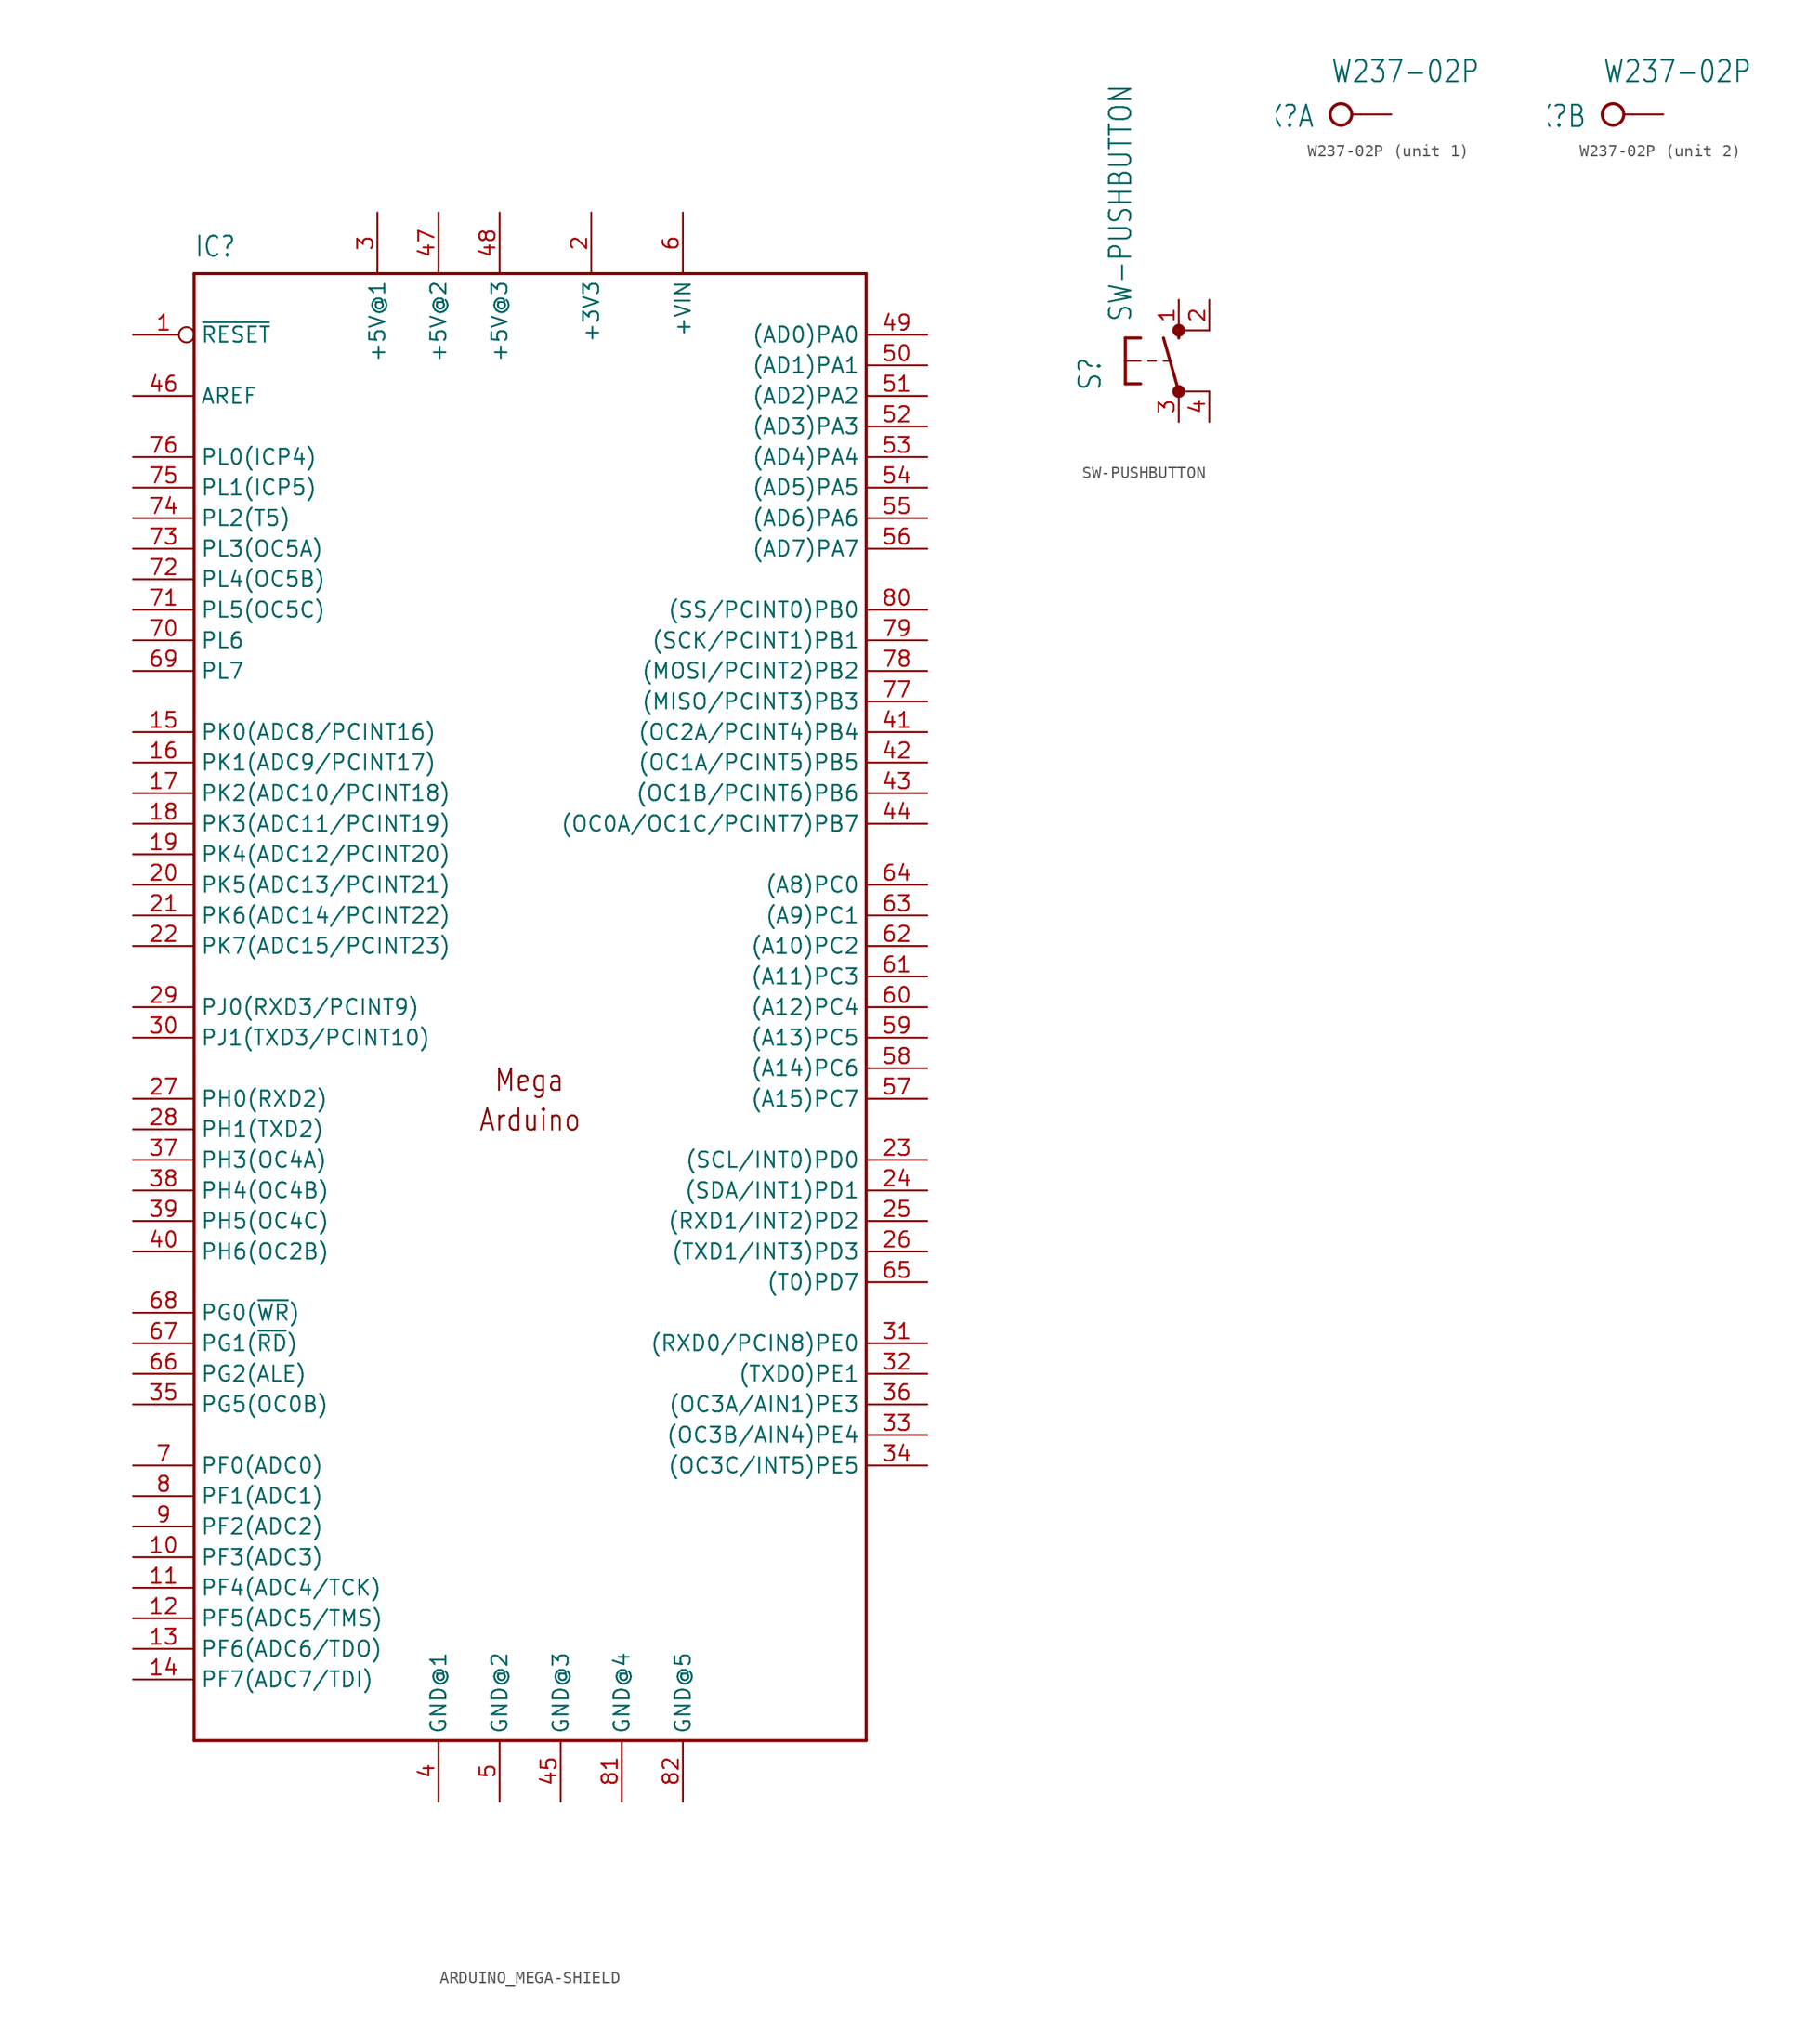
<source format=kicad_sym>
(kicad_symbol_lib
  (version 20220331)
  (generator kicad_symbol_editor)
  (symbol "ARDUINO_MEGA-SHIELD"
    (property "Reference" "IC"
      (at -27.94 69.85 0)
      (effects (font (size 1.676 1.425)) (justify left bottom)))
    (property "ki_locked" ""
      (at 0 0 0)
      (effects (font (size 1.27 1.27))))
    (symbol "ARDUINO_MEGA-SHIELD_1_0"
      (polyline (pts (xy -27.94 -53.34) (xy -27.94 68.58)) (stroke (width 0.254) (type solid)) (fill (type none)))
      (polyline (pts (xy -27.94 68.58) (xy 27.94 68.58)) (stroke (width 0.254) (type solid)) (fill (type none)))
      (polyline (pts (xy 27.94 -53.34) (xy -27.94 -53.34)) (stroke (width 0.254) (type solid)) (fill (type none)))
      (polyline (pts (xy 27.94 68.58) (xy 27.94 -53.34)) (stroke (width 0.254) (type solid)) (fill (type none)))
      (text "Arduino" (at -4.318 -2.794 0) (effects (font (size 1.778 1.511)) (justify left bottom)))
      (text "Mega" (at -3.048 0.508 0) (effects (font (size 1.778 1.511)) (justify left bottom)))
      (pin bidirectional inverted (at -33.02 63.5 0) (length 5.08) (name "~{RESET}" (effects (font (size 1.27 1.27)))) (number "1" (effects (font (size 1.27 1.27)))))
      (pin bidirectional line (at -33.02 -38.1 0) (length 5.08) (name "PF3(ADC3)" (effects (font (size 1.27 1.27)))) (number "10" (effects (font (size 1.27 1.27)))))
      (pin bidirectional line (at -33.02 -40.64 0) (length 5.08) (name "PF4(ADC4/TCK)" (effects (font (size 1.27 1.27)))) (number "11" (effects (font (size 1.27 1.27)))))
      (pin bidirectional line (at -33.02 -43.18 0) (length 5.08) (name "PF5(ADC5/TMS)" (effects (font (size 1.27 1.27)))) (number "12" (effects (font (size 1.27 1.27)))))
      (pin bidirectional line (at -33.02 -45.72 0) (length 5.08) (name "PF6(ADC6/TDO)" (effects (font (size 1.27 1.27)))) (number "13" (effects (font (size 1.27 1.27)))))
      (pin bidirectional line (at -33.02 -48.26 0) (length 5.08) (name "PF7(ADC7/TDI)" (effects (font (size 1.27 1.27)))) (number "14" (effects (font (size 1.27 1.27)))))
      (pin bidirectional line (at -33.02 30.48 0) (length 5.08) (name "PK0(ADC8/PCINT16)" (effects (font (size 1.27 1.27)))) (number "15" (effects (font (size 1.27 1.27)))))
      (pin bidirectional line (at -33.02 27.94 0) (length 5.08) (name "PK1(ADC9/PCINT17)" (effects (font (size 1.27 1.27)))) (number "16" (effects (font (size 1.27 1.27)))))
      (pin bidirectional line (at -33.02 25.4 0) (length 5.08) (name "PK2(ADC10/PCINT18)" (effects (font (size 1.27 1.27)))) (number "17" (effects (font (size 1.27 1.27)))))
      (pin bidirectional line (at -33.02 22.86 0) (length 5.08) (name "PK3(ADC11/PCINT19)" (effects (font (size 1.27 1.27)))) (number "18" (effects (font (size 1.27 1.27)))))
      (pin bidirectional line (at -33.02 20.32 0) (length 5.08) (name "PK4(ADC12/PCINT20)" (effects (font (size 1.27 1.27)))) (number "19" (effects (font (size 1.27 1.27)))))
      (pin power_in line (at 5.08 73.66 270) (length 5.08) (name "+3V3" (effects (font (size 1.27 1.27)))) (number "2" (effects (font (size 1.27 1.27)))))
      (pin bidirectional line (at -33.02 17.78 0) (length 5.08) (name "PK5(ADC13/PCINT21)" (effects (font (size 1.27 1.27)))) (number "20" (effects (font (size 1.27 1.27)))))
      (pin bidirectional line (at -33.02 15.24 0) (length 5.08) (name "PK6(ADC14/PCINT22)" (effects (font (size 1.27 1.27)))) (number "21" (effects (font (size 1.27 1.27)))))
      (pin bidirectional line (at -33.02 12.7 0) (length 5.08) (name "PK7(ADC15/PCINT23)" (effects (font (size 1.27 1.27)))) (number "22" (effects (font (size 1.27 1.27)))))
      (pin bidirectional line (at 33.02 -5.08 180) (length 5.08) (name "(SCL/INT0)PD0" (effects (font (size 1.27 1.27)))) (number "23" (effects (font (size 1.27 1.27)))))
      (pin bidirectional line (at 33.02 -7.62 180) (length 5.08) (name "(SDA/INT1)PD1" (effects (font (size 1.27 1.27)))) (number "24" (effects (font (size 1.27 1.27)))))
      (pin bidirectional line (at 33.02 -10.16 180) (length 5.08) (name "(RXD1/INT2)PD2" (effects (font (size 1.27 1.27)))) (number "25" (effects (font (size 1.27 1.27)))))
      (pin bidirectional line (at 33.02 -12.7 180) (length 5.08) (name "(TXD1/INT3)PD3" (effects (font (size 1.27 1.27)))) (number "26" (effects (font (size 1.27 1.27)))))
      (pin bidirectional line (at -33.02 0 0) (length 5.08) (name "PH0(RXD2)" (effects (font (size 1.27 1.27)))) (number "27" (effects (font (size 1.27 1.27)))))
      (pin bidirectional line (at -33.02 -2.54 0) (length 5.08) (name "PH1(TXD2)" (effects (font (size 1.27 1.27)))) (number "28" (effects (font (size 1.27 1.27)))))
      (pin bidirectional line (at -33.02 7.62 0) (length 5.08) (name "PJ0(RXD3/PCINT9)" (effects (font (size 1.27 1.27)))) (number "29" (effects (font (size 1.27 1.27)))))
      (pin power_in line (at -12.7 73.66 270) (length 5.08) (name "+5V@1" (effects (font (size 1.27 1.27)))) (number "3" (effects (font (size 1.27 1.27)))))
      (pin bidirectional line (at -33.02 5.08 0) (length 5.08) (name "PJ1(TXD3/PCINT10)" (effects (font (size 1.27 1.27)))) (number "30" (effects (font (size 1.27 1.27)))))
      (pin bidirectional line (at 33.02 -20.32 180) (length 5.08) (name "(RXD0/PCIN8)PE0" (effects (font (size 1.27 1.27)))) (number "31" (effects (font (size 1.27 1.27)))))
      (pin bidirectional line (at 33.02 -22.86 180) (length 5.08) (name "(TXD0)PE1" (effects (font (size 1.27 1.27)))) (number "32" (effects (font (size 1.27 1.27)))))
      (pin bidirectional line (at 33.02 -27.94 180) (length 5.08) (name "(OC3B/AIN4)PE4" (effects (font (size 1.27 1.27)))) (number "33" (effects (font (size 1.27 1.27)))))
      (pin bidirectional line (at 33.02 -30.48 180) (length 5.08) (name "(OC3C/INT5)PE5" (effects (font (size 1.27 1.27)))) (number "34" (effects (font (size 1.27 1.27)))))
      (pin bidirectional line (at -33.02 -25.4 0) (length 5.08) (name "PG5(OC0B)" (effects (font (size 1.27 1.27)))) (number "35" (effects (font (size 1.27 1.27)))))
      (pin bidirectional line (at 33.02 -25.4 180) (length 5.08) (name "(OC3A/AIN1)PE3" (effects (font (size 1.27 1.27)))) (number "36" (effects (font (size 1.27 1.27)))))
      (pin bidirectional line (at -33.02 -5.08 0) (length 5.08) (name "PH3(OC4A)" (effects (font (size 1.27 1.27)))) (number "37" (effects (font (size 1.27 1.27)))))
      (pin bidirectional line (at -33.02 -7.62 0) (length 5.08) (name "PH4(OC4B)" (effects (font (size 1.27 1.27)))) (number "38" (effects (font (size 1.27 1.27)))))
      (pin bidirectional line (at -33.02 -10.16 0) (length 5.08) (name "PH5(OC4C)" (effects (font (size 1.27 1.27)))) (number "39" (effects (font (size 1.27 1.27)))))
      (pin power_in line (at -7.62 -58.42 90) (length 5.08) (name "GND@1" (effects (font (size 1.27 1.27)))) (number "4" (effects (font (size 1.27 1.27)))))
      (pin bidirectional line (at -33.02 -12.7 0) (length 5.08) (name "PH6(OC2B)" (effects (font (size 1.27 1.27)))) (number "40" (effects (font (size 1.27 1.27)))))
      (pin bidirectional line (at 33.02 30.48 180) (length 5.08) (name "(OC2A/PCINT4)PB4" (effects (font (size 1.27 1.27)))) (number "41" (effects (font (size 1.27 1.27)))))
      (pin bidirectional line (at 33.02 27.94 180) (length 5.08) (name "(OC1A/PCINT5)PB5" (effects (font (size 1.27 1.27)))) (number "42" (effects (font (size 1.27 1.27)))))
      (pin bidirectional line (at 33.02 25.4 180) (length 5.08) (name "(OC1B/PCINT6)PB6" (effects (font (size 1.27 1.27)))) (number "43" (effects (font (size 1.27 1.27)))))
      (pin bidirectional line (at 33.02 22.86 180) (length 5.08) (name "(OC0A/OC1C/PCINT7)PB7" (effects (font (size 1.27 1.27)))) (number "44" (effects (font (size 1.27 1.27)))))
      (pin power_in line (at 2.54 -58.42 90) (length 5.08) (name "GND@3" (effects (font (size 1.27 1.27)))) (number "45" (effects (font (size 1.27 1.27)))))
      (pin bidirectional line (at -33.02 58.42 0) (length 5.08) (name "AREF" (effects (font (size 1.27 1.27)))) (number "46" (effects (font (size 1.27 1.27)))))
      (pin power_in line (at -7.62 73.66 270) (length 5.08) (name "+5V@2" (effects (font (size 1.27 1.27)))) (number "47" (effects (font (size 1.27 1.27)))))
      (pin power_in line (at -2.54 73.66 270) (length 5.08) (name "+5V@3" (effects (font (size 1.27 1.27)))) (number "48" (effects (font (size 1.27 1.27)))))
      (pin bidirectional line (at 33.02 63.5 180) (length 5.08) (name "(AD0)PA0" (effects (font (size 1.27 1.27)))) (number "49" (effects (font (size 1.27 1.27)))))
      (pin power_in line (at -2.54 -58.42 90) (length 5.08) (name "GND@2" (effects (font (size 1.27 1.27)))) (number "5" (effects (font (size 1.27 1.27)))))
      (pin bidirectional line (at 33.02 60.96 180) (length 5.08) (name "(AD1)PA1" (effects (font (size 1.27 1.27)))) (number "50" (effects (font (size 1.27 1.27)))))
      (pin bidirectional line (at 33.02 58.42 180) (length 5.08) (name "(AD2)PA2" (effects (font (size 1.27 1.27)))) (number "51" (effects (font (size 1.27 1.27)))))
      (pin bidirectional line (at 33.02 55.88 180) (length 5.08) (name "(AD3)PA3" (effects (font (size 1.27 1.27)))) (number "52" (effects (font (size 1.27 1.27)))))
      (pin bidirectional line (at 33.02 53.34 180) (length 5.08) (name "(AD4)PA4" (effects (font (size 1.27 1.27)))) (number "53" (effects (font (size 1.27 1.27)))))
      (pin bidirectional line (at 33.02 50.8 180) (length 5.08) (name "(AD5)PA5" (effects (font (size 1.27 1.27)))) (number "54" (effects (font (size 1.27 1.27)))))
      (pin bidirectional line (at 33.02 48.26 180) (length 5.08) (name "(AD6)PA6" (effects (font (size 1.27 1.27)))) (number "55" (effects (font (size 1.27 1.27)))))
      (pin bidirectional line (at 33.02 45.72 180) (length 5.08) (name "(AD7)PA7" (effects (font (size 1.27 1.27)))) (number "56" (effects (font (size 1.27 1.27)))))
      (pin bidirectional line (at 33.02 0 180) (length 5.08) (name "(A15)PC7" (effects (font (size 1.27 1.27)))) (number "57" (effects (font (size 1.27 1.27)))))
      (pin bidirectional line (at 33.02 2.54 180) (length 5.08) (name "(A14)PC6" (effects (font (size 1.27 1.27)))) (number "58" (effects (font (size 1.27 1.27)))))
      (pin bidirectional line (at 33.02 5.08 180) (length 5.08) (name "(A13)PC5" (effects (font (size 1.27 1.27)))) (number "59" (effects (font (size 1.27 1.27)))))
      (pin power_in line (at 12.7 73.66 270) (length 5.08) (name "+VIN" (effects (font (size 1.27 1.27)))) (number "6" (effects (font (size 1.27 1.27)))))
      (pin bidirectional line (at 33.02 7.62 180) (length 5.08) (name "(A12)PC4" (effects (font (size 1.27 1.27)))) (number "60" (effects (font (size 1.27 1.27)))))
      (pin bidirectional line (at 33.02 10.16 180) (length 5.08) (name "(A11)PC3" (effects (font (size 1.27 1.27)))) (number "61" (effects (font (size 1.27 1.27)))))
      (pin bidirectional line (at 33.02 12.7 180) (length 5.08) (name "(A10)PC2" (effects (font (size 1.27 1.27)))) (number "62" (effects (font (size 1.27 1.27)))))
      (pin bidirectional line (at 33.02 15.24 180) (length 5.08) (name "(A9)PC1" (effects (font (size 1.27 1.27)))) (number "63" (effects (font (size 1.27 1.27)))))
      (pin bidirectional line (at 33.02 17.78 180) (length 5.08) (name "(A8)PC0" (effects (font (size 1.27 1.27)))) (number "64" (effects (font (size 1.27 1.27)))))
      (pin bidirectional line (at 33.02 -15.24 180) (length 5.08) (name "(T0)PD7" (effects (font (size 1.27 1.27)))) (number "65" (effects (font (size 1.27 1.27)))))
      (pin bidirectional line (at -33.02 -22.86 0) (length 5.08) (name "PG2(ALE)" (effects (font (size 1.27 1.27)))) (number "66" (effects (font (size 1.27 1.27)))))
      (pin bidirectional line (at -33.02 -20.32 0) (length 5.08) (name "PG1(~{RD})" (effects (font (size 1.27 1.27)))) (number "67" (effects (font (size 1.27 1.27)))))
      (pin bidirectional line (at -33.02 -17.78 0) (length 5.08) (name "PG0(~{WR})" (effects (font (size 1.27 1.27)))) (number "68" (effects (font (size 1.27 1.27)))))
      (pin bidirectional line (at -33.02 35.56 0) (length 5.08) (name "PL7" (effects (font (size 1.27 1.27)))) (number "69" (effects (font (size 1.27 1.27)))))
      (pin bidirectional line (at -33.02 -30.48 0) (length 5.08) (name "PF0(ADC0)" (effects (font (size 1.27 1.27)))) (number "7" (effects (font (size 1.27 1.27)))))
      (pin bidirectional line (at -33.02 38.1 0) (length 5.08) (name "PL6" (effects (font (size 1.27 1.27)))) (number "70" (effects (font (size 1.27 1.27)))))
      (pin bidirectional line (at -33.02 40.64 0) (length 5.08) (name "PL5(OC5C)" (effects (font (size 1.27 1.27)))) (number "71" (effects (font (size 1.27 1.27)))))
      (pin bidirectional line (at -33.02 43.18 0) (length 5.08) (name "PL4(OC5B)" (effects (font (size 1.27 1.27)))) (number "72" (effects (font (size 1.27 1.27)))))
      (pin bidirectional line (at -33.02 45.72 0) (length 5.08) (name "PL3(OC5A)" (effects (font (size 1.27 1.27)))) (number "73" (effects (font (size 1.27 1.27)))))
      (pin bidirectional line (at -33.02 48.26 0) (length 5.08) (name "PL2(T5)" (effects (font (size 1.27 1.27)))) (number "74" (effects (font (size 1.27 1.27)))))
      (pin bidirectional line (at -33.02 50.8 0) (length 5.08) (name "PL1(ICP5)" (effects (font (size 1.27 1.27)))) (number "75" (effects (font (size 1.27 1.27)))))
      (pin bidirectional line (at -33.02 53.34 0) (length 5.08) (name "PL0(ICP4)" (effects (font (size 1.27 1.27)))) (number "76" (effects (font (size 1.27 1.27)))))
      (pin bidirectional line (at 33.02 33.02 180) (length 5.08) (name "(MISO/PCINT3)PB3" (effects (font (size 1.27 1.27)))) (number "77" (effects (font (size 1.27 1.27)))))
      (pin bidirectional line (at 33.02 35.56 180) (length 5.08) (name "(MOSI/PCINT2)PB2" (effects (font (size 1.27 1.27)))) (number "78" (effects (font (size 1.27 1.27)))))
      (pin bidirectional line (at 33.02 38.1 180) (length 5.08) (name "(SCK/PCINT1)PB1" (effects (font (size 1.27 1.27)))) (number "79" (effects (font (size 1.27 1.27)))))
      (pin bidirectional line (at -33.02 -33.02 0) (length 5.08) (name "PF1(ADC1)" (effects (font (size 1.27 1.27)))) (number "8" (effects (font (size 1.27 1.27)))))
      (pin bidirectional line (at 33.02 40.64 180) (length 5.08) (name "(SS/PCINT0)PB0" (effects (font (size 1.27 1.27)))) (number "80" (effects (font (size 1.27 1.27)))))
      (pin power_in line (at 7.62 -58.42 90) (length 5.08) (name "GND@4" (effects (font (size 1.27 1.27)))) (number "81" (effects (font (size 1.27 1.27)))))
      (pin power_in line (at 12.7 -58.42 90) (length 5.08) (name "GND@5" (effects (font (size 1.27 1.27)))) (number "82" (effects (font (size 1.27 1.27)))))
      (pin bidirectional line (at -33.02 -35.56 0) (length 5.08) (name "PF2(ADC2)" (effects (font (size 1.27 1.27)))) (number "9" (effects (font (size 1.27 1.27)))))))
  (symbol "SW-PUSHBUTTON"
    (property "Reference" "S"
      (at -6.35 -2.54 90)
      (effects (font (size 1.778 1.511)) (justify left bottom)))
    (property "Value" "SW-PUSHBUTTON"
      (at -3.81 3.175 90)
      (effects (font (size 1.778 1.511)) (justify left bottom)))
    (property "ki_locked" ""
      (at 0 0 0)
      (effects (font (size 1.27 1.27))))
    (symbol "SW-PUSHBUTTON_1_0"
      (circle (center 0 -2.54) (radius 0.127) (stroke (width 0.406) (type solid)) (fill (type none)))
      (polyline (pts (xy -4.445 -1.905) (xy -3.175 -1.905)) (stroke (width 0.254) (type solid)) (fill (type none)))
      (polyline (pts (xy -4.445 0) (xy -4.445 -1.905)) (stroke (width 0.254) (type solid)) (fill (type none)))
      (polyline (pts (xy -4.445 0) (xy -3.175 0)) (stroke (width 0.152) (type solid)) (fill (type none)))
      (polyline (pts (xy -4.445 1.905) (xy -4.445 0)) (stroke (width 0.254) (type solid)) (fill (type none)))
      (polyline (pts (xy -4.445 1.905) (xy -3.175 1.905)) (stroke (width 0.254) (type solid)) (fill (type none)))
      (polyline (pts (xy -2.54 0) (xy -1.905 0)) (stroke (width 0.152) (type solid)) (fill (type none)))
      (polyline (pts (xy -1.27 0) (xy -0.635 0)) (stroke (width 0.152) (type solid)) (fill (type none)))
      (polyline (pts (xy 0 -2.54) (xy -1.27 1.905)) (stroke (width 0.254) (type solid)) (fill (type none)))
      (polyline (pts (xy 0 1.905) (xy 0 2.54)) (stroke (width 0.254) (type solid)) (fill (type none)))
      (polyline (pts (xy 2.54 -2.54) (xy 0 -2.54)) (stroke (width 0.152) (type solid)) (fill (type none)))
      (polyline (pts (xy 2.54 2.54) (xy 0 2.54)) (stroke (width 0.152) (type solid)) (fill (type none)))
      (circle (center 0 2.54) (radius 0.127) (stroke (width 0.406) (type solid)) (fill (type none)))
      (pin passive line (at 0 5.08 270) (length 2.54) (name "S" (effects (font (size 0 0)))) (number "1" (effects (font (size 1.27 1.27)))))
      (pin passive line (at 2.54 5.08 270) (length 2.54) (name "S1" (effects (font (size 0 0)))) (number "2" (effects (font (size 1.27 1.27)))))
      (pin passive line (at 0 -5.08 90) (length 2.54) (name "P" (effects (font (size 0 0)))) (number "3" (effects (font (size 1.27 1.27)))))
      (pin passive line (at 2.54 -5.08 90) (length 2.54) (name "P1" (effects (font (size 0 0)))) (number "4" (effects (font (size 1.27 1.27)))))))
  (symbol "W237-02P"
    (property "Reference" "X"
      (at -1.27 0.889 0)
      (effects (font (size 1.778 1.511)) (justify right top)))
    (property "Value" "W237-02P"
      (at 0 2.54 0)
      (effects (font (size 1.778 1.511)) (justify left bottom)))
    (property "ki_locked" ""
      (at 0 0 0)
      (effects (font (size 1.27 1.27))))
    (symbol "W237-02P_1_0"
      (polyline (pts (xy 1.778 0) (xy 2.54 0)) (stroke (width 0.152) (type solid)) (fill (type none)))
      (circle (center 0.889 0) (radius 0.898) (stroke (width 0.254) (type solid)) (fill (type none)))
      (pin passive line (at 5.08 0 180) (length 2.54) (name "KL" (effects (font (size 0 0)))) (number "1" (effects (font (size 0 0))))))
    (symbol "W237-02P_2_0"
      (polyline (pts (xy 1.778 0) (xy 2.54 0)) (stroke (width 0.152) (type solid)) (fill (type none)))
      (circle (center 0.889 0) (radius 0.898) (stroke (width 0.254) (type solid)) (fill (type none)))
      (pin passive line (at 5.08 0 180) (length 2.54) (name "KL" (effects (font (size 0 0)))) (number "2" (effects (font (size 0 0))))))))
</source>
